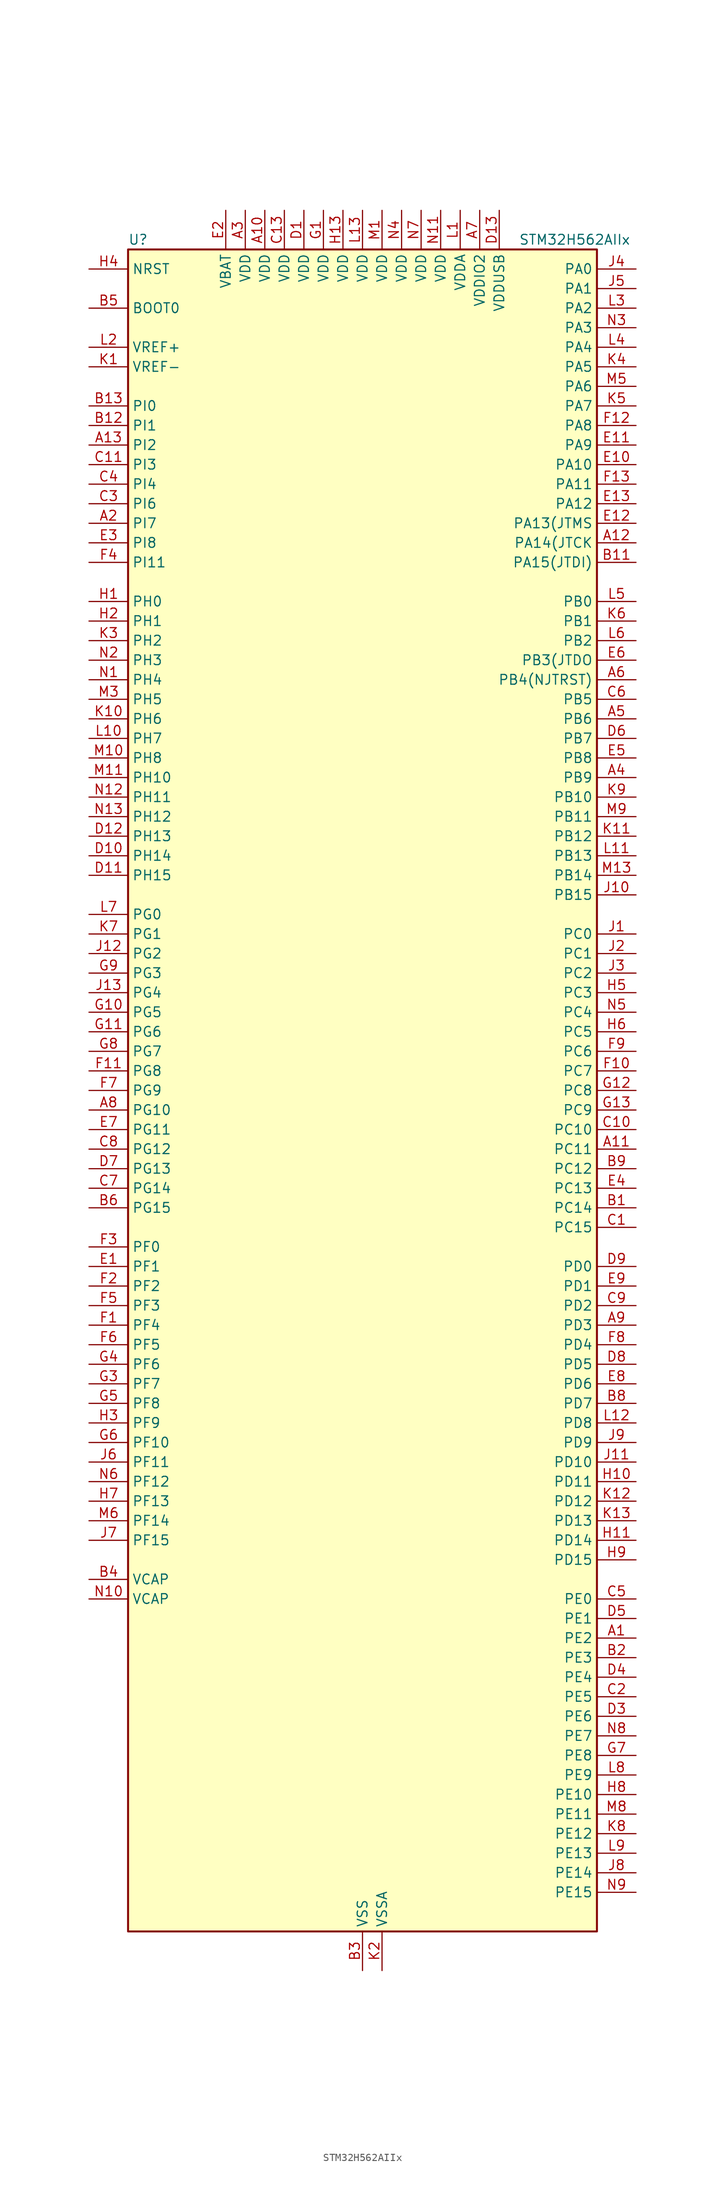
<source format=kicad_sym>
(kicad_symbol_lib
  (version 20231120)
  (generator "kicad_symbol_editor")
  (generator_version "8.0")
  (symbol "STM32H562AIIx"
    (property "Reference" "U"
      (at -30.48 110.49 0)
      (effects (font (size 1.27 1.27)) (justify left)))
    (property "Value" "STM32H562AIIx"
      (at 20.32 110.49 0)
      (effects (font (size 1.27 1.27)) (justify left)))
    (property "ki_locked" ""
      (at 0 0 0)
      (effects (font (size 1.27 1.27))))
    (symbol "STM32H562AIIx_0_1"
      (rectangle (start -30.48 -109.22) (end 30.48 109.22) (stroke (width 0.254) (type default)) (fill (type background))))
    (symbol "STM32H562AIIx_1_1"
      (pin bidirectional line (at 35.56 -71.12 180) (length 5.08) (name "PE2" (effects (font (size 1.27 1.27)))) (number "A1" (effects (font (size 1.27 1.27)))) (alternate "DCMI_D3" bidirectional line) (alternate "DEBUG_TRACECLK" bidirectional line) (alternate "FMC_A23" bidirectional line) (alternate "LPTIM1_IN2" bidirectional line) (alternate "OCTOSPI1_IO2" bidirectional line) (alternate "PSSI_D3" bidirectional line) (alternate "SAI1_CK1" bidirectional line) (alternate "SAI1_MCLK_A" bidirectional line) (alternate "SPI4_SCK" bidirectional line) (alternate "UART8_TX" bidirectional line) (alternate "USART10_RX" bidirectional line))
      (pin power_in line (at -12.7 114.3 270) (length 5.08) (name "VDD" (effects (font (size 1.27 1.27)))) (number "A10" (effects (font (size 1.27 1.27)))))
      (pin bidirectional line (at 35.56 -7.62 180) (length 5.08) (name "PC11" (effects (font (size 1.27 1.27)))) (number "A11" (effects (font (size 1.27 1.27)))) (alternate "ADC1_EXTI11" bidirectional line) (alternate "ADC2_EXTI11" bidirectional line) (alternate "DCMI_D4" bidirectional line) (alternate "I2S3_SDI" bidirectional line) (alternate "LPTIM3_IN1" bidirectional line) (alternate "OCTOSPI1_NCS" bidirectional line) (alternate "PSSI_D4" bidirectional line) (alternate "SDMMC1_D3" bidirectional line) (alternate "SPI3_MISO" bidirectional line) (alternate "UART4_RX" bidirectional line) (alternate "USART3_RX" bidirectional line))
      (pin bidirectional line (at 35.56 71.12 180) (length 5.08) (name "PA14(JTCK" (effects (font (size 1.27 1.27)))) (number "A12" (effects (font (size 1.27 1.27)))) (alternate "DEBUG_JTCK-SWCLK" bidirectional line))
      (pin bidirectional line (at -35.56 83.82 0) (length 5.08) (name "PI2" (effects (font (size 1.27 1.27)))) (number "A13" (effects (font (size 1.27 1.27)))) (alternate "DCMI_D9" bidirectional line) (alternate "I2S2_SDI" bidirectional line) (alternate "PSSI_D9" bidirectional line) (alternate "SPI2_MISO" bidirectional line) (alternate "TIM8_CH4" bidirectional line))
      (pin bidirectional line (at -35.56 73.66 0) (length 5.08) (name "PI7" (effects (font (size 1.27 1.27)))) (number "A2" (effects (font (size 1.27 1.27)))) (alternate "DCMI_D7" bidirectional line) (alternate "PSSI_D7" bidirectional line) (alternate "SAI2_FS_A" bidirectional line) (alternate "TIM8_CH3" bidirectional line))
      (pin power_in line (at -15.24 114.3 270) (length 5.08) (name "VDD" (effects (font (size 1.27 1.27)))) (number "A3" (effects (font (size 1.27 1.27)))))
      (pin bidirectional line (at 35.56 40.64 180) (length 5.08) (name "PB9" (effects (font (size 1.27 1.27)))) (number "A4" (effects (font (size 1.27 1.27)))) (alternate "DAC1_EXTI9" bidirectional line) (alternate "DCMI_D7" bidirectional line) (alternate "FDCAN1_TX" bidirectional line) (alternate "I2C1_SDA" bidirectional line) (alternate "I2C4_SDA" bidirectional line) (alternate "I2S2_WS" bidirectional line) (alternate "I3C1_SDA" bidirectional line) (alternate "PSSI_D7" bidirectional line) (alternate "SDMMC1_CDIR" bidirectional line) (alternate "SDMMC1_D5" bidirectional line) (alternate "SPI2_NSS" bidirectional line) (alternate "TIM17_CH1" bidirectional line) (alternate "TIM4_CH4" bidirectional line) (alternate "UART4_TX" bidirectional line))
      (pin bidirectional line (at 35.56 48.26 180) (length 5.08) (name "PB6" (effects (font (size 1.27 1.27)))) (number "A5" (effects (font (size 1.27 1.27)))) (alternate "CEC" bidirectional line) (alternate "DCMI_D5" bidirectional line) (alternate "FMC_SDNE1" bidirectional line) (alternate "I2C1_SCL" bidirectional line) (alternate "I2C4_SCL" bidirectional line) (alternate "I3C1_SCL" bidirectional line) (alternate "LPUART1_TX" bidirectional line) (alternate "OCTOSPI1_NCS" bidirectional line) (alternate "PSSI_D5" bidirectional line) (alternate "TIM16_CH1N" bidirectional line) (alternate "TIM4_CH1" bidirectional line) (alternate "UART5_TX" bidirectional line) (alternate "USART1_TX" bidirectional line))
      (pin bidirectional line (at 35.56 53.34 180) (length 5.08) (name "PB4(NJTRST)" (effects (font (size 1.27 1.27)))) (number "A6" (effects (font (size 1.27 1.27)))) (alternate "DCMI_D7" bidirectional line) (alternate "DEBUG_JTRST" bidirectional line) (alternate "I2S1_SDI" bidirectional line) (alternate "I2S2_WS" bidirectional line) (alternate "I2S3_SDI" bidirectional line) (alternate "LPTIM1_CH2" bidirectional line) (alternate "OCTOSPI1_CLK" bidirectional line) (alternate "PSSI_D7" bidirectional line) (alternate "SPI1_MISO" bidirectional line) (alternate "SPI2_NSS" bidirectional line) (alternate "SPI3_MISO" bidirectional line) (alternate "SPI6_MISO" bidirectional line) (alternate "TIM16_BKIN" bidirectional line) (alternate "TIM3_CH1" bidirectional line) (alternate "UART7_TX" bidirectional line))
      (pin power_in line (at 15.24 114.3 270) (length 5.08) (name "VDDIO2" (effects (font (size 1.27 1.27)))) (number "A7" (effects (font (size 1.27 1.27)))))
      (pin bidirectional line (at -35.56 -2.54 0) (length 5.08) (name "PG10" (effects (font (size 1.27 1.27)))) (number "A8" (effects (font (size 1.27 1.27)))) (alternate "DCMI_D2" bidirectional line) (alternate "FMC_NE3" bidirectional line) (alternate "I2S1_WS" bidirectional line) (alternate "PSSI_D2" bidirectional line) (alternate "SAI2_SD_B" bidirectional line) (alternate "SPI1_NSS" bidirectional line))
      (pin bidirectional line (at 35.56 -30.48 180) (length 5.08) (name "PD3" (effects (font (size 1.27 1.27)))) (number "A9" (effects (font (size 1.27 1.27)))) (alternate "DCMI_D5" bidirectional line) (alternate "FMC_CLK" bidirectional line) (alternate "I2S2_CK" bidirectional line) (alternate "PSSI_D5" bidirectional line) (alternate "PWR_WKUP8" bidirectional line) (alternate "SPI2_SCK" bidirectional line) (alternate "USART2_CTS" bidirectional line) (alternate "USART2_NSS" bidirectional line))
      (pin bidirectional line (at 35.56 -15.24 180) (length 5.08) (name "PC14" (effects (font (size 1.27 1.27)))) (number "B1" (effects (font (size 1.27 1.27)))) (alternate "RCC_OSC32_IN" bidirectional line))
      (pin passive line (at 0 -114.3 90) (length 5.08) hide (name "VSS" (effects (font (size 1.27 1.27)))) (number "B10" (effects (font (size 1.27 1.27)))))
      (pin bidirectional line (at 35.56 68.58 180) (length 5.08) (name "PA15(JTDI)" (effects (font (size 1.27 1.27)))) (number "B11" (effects (font (size 1.27 1.27)))) (alternate "ADC1_EXTI15" bidirectional line) (alternate "ADC2_EXTI15" bidirectional line) (alternate "CEC" bidirectional line) (alternate "DCMI_D11" bidirectional line) (alternate "DEBUG_JTDI" bidirectional line) (alternate "FMC_NBL1" bidirectional line) (alternate "I2S1_WS" bidirectional line) (alternate "I2S3_WS" bidirectional line) (alternate "LPTIM3_IN2" bidirectional line) (alternate "PSSI_D11" bidirectional line) (alternate "SPI1_NSS" bidirectional line) (alternate "SPI3_NSS" bidirectional line) (alternate "SPI6_NSS" bidirectional line) (alternate "TIM2_CH1" bidirectional line) (alternate "TIM2_ETR" bidirectional line) (alternate "UART4_DE" bidirectional line) (alternate "UART4_RTS" bidirectional line) (alternate "UART7_TX" bidirectional line))
      (pin bidirectional line (at -35.56 86.36 0) (length 5.08) (name "PI1" (effects (font (size 1.27 1.27)))) (number "B12" (effects (font (size 1.27 1.27)))) (alternate "DCMI_D8" bidirectional line) (alternate "I2S2_CK" bidirectional line) (alternate "PSSI_D8" bidirectional line) (alternate "SPI2_SCK" bidirectional line) (alternate "TIM8_BKIN2" bidirectional line))
      (pin bidirectional line (at -35.56 88.9 0) (length 5.08) (name "PI0" (effects (font (size 1.27 1.27)))) (number "B13" (effects (font (size 1.27 1.27)))) (alternate "DCMI_D13" bidirectional line) (alternate "I2S2_WS" bidirectional line) (alternate "PSSI_D13" bidirectional line) (alternate "SPI2_NSS" bidirectional line) (alternate "TIM5_CH4" bidirectional line))
      (pin bidirectional line (at 35.56 -73.66 180) (length 5.08) (name "PE3" (effects (font (size 1.27 1.27)))) (number "B2" (effects (font (size 1.27 1.27)))) (alternate "DEBUG_TRACED0" bidirectional line) (alternate "FMC_A19" bidirectional line) (alternate "SAI1_SD_B" bidirectional line) (alternate "TAMP_IN6" bidirectional line) (alternate "TAMP_OUT3" bidirectional line) (alternate "TIM15_BKIN" bidirectional line) (alternate "USART10_TX" bidirectional line))
      (pin power_in line (at 0 -114.3 90) (length 5.08) (name "VSS" (effects (font (size 1.27 1.27)))) (number "B3" (effects (font (size 1.27 1.27)))))
      (pin power_out line (at -35.56 -63.5 0) (length 5.08) (name "VCAP" (effects (font (size 1.27 1.27)))) (number "B4" (effects (font (size 1.27 1.27)))))
      (pin input line (at -35.56 101.6 0) (length 5.08) (name "BOOT0" (effects (font (size 1.27 1.27)))) (number "B5" (effects (font (size 1.27 1.27)))))
      (pin bidirectional line (at -35.56 -15.24 0) (length 5.08) (name "PG15" (effects (font (size 1.27 1.27)))) (number "B6" (effects (font (size 1.27 1.27)))) (alternate "ADC1_EXTI15" bidirectional line) (alternate "ADC2_EXTI15" bidirectional line) (alternate "DCMI_D13" bidirectional line) (alternate "FMC_SDNCAS" bidirectional line) (alternate "PSSI_D13" bidirectional line) (alternate "SPI4_RDY" bidirectional line) (alternate "USART10_CK" bidirectional line) (alternate "USART6_CTS" bidirectional line) (alternate "USART6_NSS" bidirectional line))
      (pin passive line (at 0 -114.3 90) (length 5.08) hide (name "VSS" (effects (font (size 1.27 1.27)))) (number "B7" (effects (font (size 1.27 1.27)))))
      (pin bidirectional line (at 35.56 -40.64 180) (length 5.08) (name "PD7" (effects (font (size 1.27 1.27)))) (number "B8" (effects (font (size 1.27 1.27)))) (alternate "FMC_NCE" bidirectional line) (alternate "FMC_NE1" bidirectional line) (alternate "I2S1_SDO" bidirectional line) (alternate "LPTIM4_OUT" bidirectional line) (alternate "OCTOSPI1_IO7" bidirectional line) (alternate "SPI1_MOSI" bidirectional line) (alternate "USART2_CK" bidirectional line))
      (pin bidirectional line (at 35.56 -10.16 180) (length 5.08) (name "PC12" (effects (font (size 1.27 1.27)))) (number "B9" (effects (font (size 1.27 1.27)))) (alternate "DCMI_D9" bidirectional line) (alternate "DEBUG_TRACED3" bidirectional line) (alternate "I2S3_SDO" bidirectional line) (alternate "PSSI_D9" bidirectional line) (alternate "SDMMC1_CK" bidirectional line) (alternate "SPI3_MOSI" bidirectional line) (alternate "SPI6_SCK" bidirectional line) (alternate "TIM15_CH1" bidirectional line) (alternate "UART5_TX" bidirectional line) (alternate "USART3_CK" bidirectional line))
      (pin bidirectional line (at 35.56 -17.78 180) (length 5.08) (name "PC15" (effects (font (size 1.27 1.27)))) (number "C1" (effects (font (size 1.27 1.27)))) (alternate "ADC1_EXTI15" bidirectional line) (alternate "ADC2_EXTI15" bidirectional line) (alternate "RCC_OSC32_OUT" bidirectional line))
      (pin bidirectional line (at 35.56 -5.08 180) (length 5.08) (name "PC10" (effects (font (size 1.27 1.27)))) (number "C10" (effects (font (size 1.27 1.27)))) (alternate "DCMI_D8" bidirectional line) (alternate "I2S3_CK" bidirectional line) (alternate "LPTIM3_ETR" bidirectional line) (alternate "OCTOSPI1_IO1" bidirectional line) (alternate "PSSI_D8" bidirectional line) (alternate "SDMMC1_D2" bidirectional line) (alternate "SPI3_SCK" bidirectional line) (alternate "UART4_TX" bidirectional line) (alternate "USART3_TX" bidirectional line))
      (pin bidirectional line (at -35.56 81.28 0) (length 5.08) (name "PI3" (effects (font (size 1.27 1.27)))) (number "C11" (effects (font (size 1.27 1.27)))) (alternate "DCMI_D10" bidirectional line) (alternate "I2S2_SDO" bidirectional line) (alternate "PSSI_D10" bidirectional line) (alternate "SPI2_MOSI" bidirectional line) (alternate "TIM8_ETR" bidirectional line))
      (pin passive line (at 0 -114.3 90) (length 5.08) hide (name "VSS" (effects (font (size 1.27 1.27)))) (number "C12" (effects (font (size 1.27 1.27)))))
      (pin power_in line (at -10.16 114.3 270) (length 5.08) (name "VDD" (effects (font (size 1.27 1.27)))) (number "C13" (effects (font (size 1.27 1.27)))))
      (pin bidirectional line (at 35.56 -78.74 180) (length 5.08) (name "PE5" (effects (font (size 1.27 1.27)))) (number "C2" (effects (font (size 1.27 1.27)))) (alternate "DCMI_D6" bidirectional line) (alternate "DEBUG_TRACED2" bidirectional line) (alternate "FMC_A21" bidirectional line) (alternate "PSSI_D6" bidirectional line) (alternate "SAI1_CK2" bidirectional line) (alternate "SAI1_SCK_A" bidirectional line) (alternate "SPI4_MISO" bidirectional line) (alternate "TAMP_IN8" bidirectional line) (alternate "TAMP_OUT7" bidirectional line) (alternate "TIM15_CH1" bidirectional line))
      (pin bidirectional line (at -35.56 76.2 0) (length 5.08) (name "PI6" (effects (font (size 1.27 1.27)))) (number "C3" (effects (font (size 1.27 1.27)))) (alternate "DCMI_D6" bidirectional line) (alternate "PSSI_D6" bidirectional line) (alternate "SAI2_SD_A" bidirectional line) (alternate "TIM8_CH2" bidirectional line))
      (pin bidirectional line (at -35.56 78.74 0) (length 5.08) (name "PI4" (effects (font (size 1.27 1.27)))) (number "C4" (effects (font (size 1.27 1.27)))) (alternate "DCMI_D5" bidirectional line) (alternate "PSSI_D5" bidirectional line) (alternate "SAI2_MCLK_A" bidirectional line) (alternate "SPI2_RDY" bidirectional line) (alternate "TIM8_BKIN" bidirectional line))
      (pin bidirectional line (at 35.56 -66.04 180) (length 5.08) (name "PE0" (effects (font (size 1.27 1.27)))) (number "C5" (effects (font (size 1.27 1.27)))) (alternate "DCMI_D2" bidirectional line) (alternate "FDCAN1_RX" bidirectional line) (alternate "FMC_NBL0" bidirectional line) (alternate "LPTIM1_ETR" bidirectional line) (alternate "LPTIM2_CH2" bidirectional line) (alternate "LPTIM2_ETR" bidirectional line) (alternate "PSSI_D2" bidirectional line) (alternate "SAI2_MCLK_A" bidirectional line) (alternate "SPI3_RDY" bidirectional line) (alternate "TIM4_ETR" bidirectional line) (alternate "UART8_RX" bidirectional line))
      (pin bidirectional line (at 35.56 50.8 180) (length 5.08) (name "PB5" (effects (font (size 1.27 1.27)))) (number "C6" (effects (font (size 1.27 1.27)))) (alternate "DCMI_D10" bidirectional line) (alternate "FMC_SDCKE1" bidirectional line) (alternate "I2C1_SMBA" bidirectional line) (alternate "I2C4_SMBA" bidirectional line) (alternate "I2S1_SDO" bidirectional line) (alternate "I2S3_SDO" bidirectional line) (alternate "OCTOSPI1_NCLK" bidirectional line) (alternate "PSSI_D10" bidirectional line) (alternate "SPI1_MOSI" bidirectional line) (alternate "SPI3_MOSI" bidirectional line) (alternate "SPI6_MOSI" bidirectional line) (alternate "TIM17_BKIN" bidirectional line) (alternate "TIM3_CH2" bidirectional line) (alternate "UART5_RX" bidirectional line))
      (pin bidirectional line (at -35.56 -12.7 0) (length 5.08) (name "PG14" (effects (font (size 1.27 1.27)))) (number "C7" (effects (font (size 1.27 1.27)))) (alternate "DEBUG_TRACED1" bidirectional line) (alternate "FMC_A25" bidirectional line) (alternate "LPTIM1_CH2" bidirectional line) (alternate "LPTIM1_ETR" bidirectional line) (alternate "LPTIM5_IN1" bidirectional line) (alternate "OCTOSPI1_IO7" bidirectional line) (alternate "SPI6_MOSI" bidirectional line) (alternate "USART10_RTS" bidirectional line) (alternate "USART6_TX" bidirectional line))
      (pin bidirectional line (at -35.56 -7.62 0) (length 5.08) (name "PG12" (effects (font (size 1.27 1.27)))) (number "C8" (effects (font (size 1.27 1.27)))) (alternate "DCMI_D11" bidirectional line) (alternate "FMC_NE4" bidirectional line) (alternate "LPTIM1_IN1" bidirectional line) (alternate "LPTIM5_CH1" bidirectional line) (alternate "PSSI_D11" bidirectional line) (alternate "PSSI_D15" bidirectional line) (alternate "SPI6_MISO" bidirectional line) (alternate "USART10_TX" bidirectional line) (alternate "USART6_RTS" bidirectional line))
      (pin bidirectional line (at 35.56 -27.94 180) (length 5.08) (name "PD2" (effects (font (size 1.27 1.27)))) (number "C9" (effects (font (size 1.27 1.27)))) (alternate "DCMI_D11" bidirectional line) (alternate "DEBUG_TRACED2" bidirectional line) (alternate "LPTIM4_ETR" bidirectional line) (alternate "PSSI_D11" bidirectional line) (alternate "PWR_WKUP7" bidirectional line) (alternate "SDMMC1_CMD" bidirectional line) (alternate "TIM15_BKIN" bidirectional line) (alternate "TIM3_ETR" bidirectional line) (alternate "UART5_RX" bidirectional line))
      (pin power_in line (at -7.62 114.3 270) (length 5.08) (name "VDD" (effects (font (size 1.27 1.27)))) (number "D1" (effects (font (size 1.27 1.27)))))
      (pin bidirectional line (at -35.56 30.48 0) (length 5.08) (name "PH14" (effects (font (size 1.27 1.27)))) (number "D10" (effects (font (size 1.27 1.27)))) (alternate "DCMI_D4" bidirectional line) (alternate "FDCAN1_RX" bidirectional line) (alternate "PSSI_D4" bidirectional line) (alternate "TIM8_CH2N" bidirectional line) (alternate "UART4_RX" bidirectional line))
      (pin bidirectional line (at -35.56 27.94 0) (length 5.08) (name "PH15" (effects (font (size 1.27 1.27)))) (number "D11" (effects (font (size 1.27 1.27)))) (alternate "ADC1_EXTI15" bidirectional line) (alternate "ADC2_EXTI15" bidirectional line) (alternate "DCMI_D11" bidirectional line) (alternate "PSSI_D11" bidirectional line) (alternate "TIM8_CH3N" bidirectional line))
      (pin bidirectional line (at -35.56 33.02 0) (length 5.08) (name "PH13" (effects (font (size 1.27 1.27)))) (number "D12" (effects (font (size 1.27 1.27)))) (alternate "DCMI_D3" bidirectional line) (alternate "FDCAN1_TX" bidirectional line) (alternate "LPTIM1_IN2" bidirectional line) (alternate "PSSI_D3" bidirectional line) (alternate "TIM8_CH1N" bidirectional line) (alternate "UART4_TX" bidirectional line) (alternate "UART8_TX" bidirectional line))
      (pin power_in line (at 17.78 114.3 270) (length 5.08) (name "VDDUSB" (effects (font (size 1.27 1.27)))) (number "D13" (effects (font (size 1.27 1.27)))))
      (pin passive line (at 0 -114.3 90) (length 5.08) hide (name "VSS" (effects (font (size 1.27 1.27)))) (number "D2" (effects (font (size 1.27 1.27)))))
      (pin bidirectional line (at 35.56 -81.28 180) (length 5.08) (name "PE6" (effects (font (size 1.27 1.27)))) (number "D3" (effects (font (size 1.27 1.27)))) (alternate "DCMI_D7" bidirectional line) (alternate "DEBUG_TRACED3" bidirectional line) (alternate "FMC_A22" bidirectional line) (alternate "PSSI_D7" bidirectional line) (alternate "SAI1_D1" bidirectional line) (alternate "SAI1_SD_A" bidirectional line) (alternate "SAI2_MCLK_B" bidirectional line) (alternate "SPI4_MOSI" bidirectional line) (alternate "TAMP_IN3" bidirectional line) (alternate "TAMP_OUT6" bidirectional line) (alternate "TIM15_CH2" bidirectional line) (alternate "TIM1_BKIN2" bidirectional line))
      (pin bidirectional line (at 35.56 -76.2 180) (length 5.08) (name "PE4" (effects (font (size 1.27 1.27)))) (number "D4" (effects (font (size 1.27 1.27)))) (alternate "DCMI_D4" bidirectional line) (alternate "DEBUG_TRACED1" bidirectional line) (alternate "FMC_A20" bidirectional line) (alternate "PSSI_D4" bidirectional line) (alternate "SAI1_D2" bidirectional line) (alternate "SAI1_FS_A" bidirectional line) (alternate "SPI4_NSS" bidirectional line) (alternate "TAMP_IN7" bidirectional line) (alternate "TAMP_OUT8" bidirectional line) (alternate "TIM15_CH1N" bidirectional line))
      (pin bidirectional line (at 35.56 -68.58 180) (length 5.08) (name "PE1" (effects (font (size 1.27 1.27)))) (number "D5" (effects (font (size 1.27 1.27)))) (alternate "DCMI_D3" bidirectional line) (alternate "FDCAN1_TX" bidirectional line) (alternate "FMC_NBL1" bidirectional line) (alternate "LPTIM1_IN2" bidirectional line) (alternate "PSSI_D3" bidirectional line) (alternate "UART8_TX" bidirectional line))
      (pin bidirectional line (at 35.56 45.72 180) (length 5.08) (name "PB7" (effects (font (size 1.27 1.27)))) (number "D6" (effects (font (size 1.27 1.27)))) (alternate "DCMI_VSYNC" bidirectional line) (alternate "FDCAN1_TX" bidirectional line) (alternate "FMC_NL" bidirectional line) (alternate "I2C1_SDA" bidirectional line) (alternate "I2C4_SDA" bidirectional line) (alternate "I3C1_SDA" bidirectional line) (alternate "LPUART1_RX" bidirectional line) (alternate "PSSI_RDY" bidirectional line) (alternate "PWR_WKUP5" bidirectional line) (alternate "TIM17_CH1N" bidirectional line) (alternate "TIM4_CH2" bidirectional line) (alternate "USART1_RX" bidirectional line))
      (pin bidirectional line (at -35.56 -10.16 0) (length 5.08) (name "PG13" (effects (font (size 1.27 1.27)))) (number "D7" (effects (font (size 1.27 1.27)))) (alternate "DEBUG_TRACED0" bidirectional line) (alternate "FMC_A24" bidirectional line) (alternate "LPTIM1_CH1" bidirectional line) (alternate "LPTIM5_CH2" bidirectional line) (alternate "SPI6_SCK" bidirectional line) (alternate "USART10_CTS" bidirectional line) (alternate "USART10_NSS" bidirectional line) (alternate "USART6_CTS" bidirectional line) (alternate "USART6_NSS" bidirectional line))
      (pin bidirectional line (at 35.56 -35.56 180) (length 5.08) (name "PD5" (effects (font (size 1.27 1.27)))) (number "D8" (effects (font (size 1.27 1.27)))) (alternate "FDCAN1_TX" bidirectional line) (alternate "FMC_NWE" bidirectional line) (alternate "OCTOSPI1_IO5" bidirectional line) (alternate "SPI2_RDY" bidirectional line) (alternate "TIM1_CH4N" bidirectional line) (alternate "USART2_TX" bidirectional line))
      (pin bidirectional line (at 35.56 -22.86 180) (length 5.08) (name "PD0" (effects (font (size 1.27 1.27)))) (number "D9" (effects (font (size 1.27 1.27)))) (alternate "FDCAN1_RX" bidirectional line) (alternate "FMC_D2" bidirectional line) (alternate "FMC_DA2" bidirectional line) (alternate "TIM8_CH4N" bidirectional line) (alternate "UART4_RX" bidirectional line) (alternate "UART9_CTS" bidirectional line))
      (pin bidirectional line (at -35.56 -22.86 0) (length 5.08) (name "PF1" (effects (font (size 1.27 1.27)))) (number "E1" (effects (font (size 1.27 1.27)))) (alternate "FMC_A1" bidirectional line) (alternate "I2C2_SCL" bidirectional line) (alternate "LPTIM5_CH2" bidirectional line))
      (pin bidirectional line (at 35.56 81.28 180) (length 5.08) (name "PA10" (effects (font (size 1.27 1.27)))) (number "E10" (effects (font (size 1.27 1.27)))) (alternate "DCMI_D1" bidirectional line) (alternate "LPTIM2_IN2" bidirectional line) (alternate "LPUART1_RX" bidirectional line) (alternate "PSSI_D1" bidirectional line) (alternate "SDMMC1_D0" bidirectional line) (alternate "TIM1_CH3" bidirectional line) (alternate "UCPD1_FRSTX" bidirectional line) (alternate "USART1_RX" bidirectional line))
      (pin bidirectional line (at 35.56 83.82 180) (length 5.08) (name "PA9" (effects (font (size 1.27 1.27)))) (number "E11" (effects (font (size 1.27 1.27)))) (alternate "DAC1_EXTI9" bidirectional line) (alternate "DCMI_D0" bidirectional line) (alternate "FMC_NWE" bidirectional line) (alternate "I2C3_SMBA" bidirectional line) (alternate "I2S2_CK" bidirectional line) (alternate "LPUART1_TX" bidirectional line) (alternate "PSSI_D0" bidirectional line) (alternate "SPI2_SCK" bidirectional line) (alternate "TIM1_CH2" bidirectional line) (alternate "UCPD1_DB1" bidirectional line) (alternate "USART1_TX" bidirectional line))
      (pin bidirectional line (at 35.56 73.66 180) (length 5.08) (name "PA13(JTMS" (effects (font (size 1.27 1.27)))) (number "E12" (effects (font (size 1.27 1.27)))) (alternate "DEBUG_JTMS-SWDIO" bidirectional line))
      (pin bidirectional line (at 35.56 76.2 180) (length 5.08) (name "PA12" (effects (font (size 1.27 1.27)))) (number "E13" (effects (font (size 1.27 1.27)))) (alternate "FDCAN1_TX" bidirectional line) (alternate "I2S2_CK" bidirectional line) (alternate "LPUART1_RTS" bidirectional line) (alternate "SAI2_FS_B" bidirectional line) (alternate "SPI2_SCK" bidirectional line) (alternate "TIM1_ETR" bidirectional line) (alternate "UART4_TX" bidirectional line) (alternate "USART1_RTS" bidirectional line) (alternate "USB_DP" bidirectional line))
      (pin power_in line (at -17.78 114.3 270) (length 5.08) (name "VBAT" (effects (font (size 1.27 1.27)))) (number "E2" (effects (font (size 1.27 1.27)))))
      (pin bidirectional line (at -35.56 71.12 0) (length 5.08) (name "PI8" (effects (font (size 1.27 1.27)))) (number "E3" (effects (font (size 1.27 1.27)))) (alternate "PWR_WKUP3" bidirectional line) (alternate "RTC_OUT2" bidirectional line) (alternate "TAMP_IN2" bidirectional line) (alternate "TAMP_OUT3" bidirectional line))
      (pin bidirectional line (at 35.56 -12.7 180) (length 5.08) (name "PC13" (effects (font (size 1.27 1.27)))) (number "E4" (effects (font (size 1.27 1.27)))) (alternate "PWR_WKUP4" bidirectional line) (alternate "RTC_OUT1" bidirectional line) (alternate "RTC_TS" bidirectional line) (alternate "TAMP_IN1" bidirectional line) (alternate "TAMP_OUT2" bidirectional line) (alternate "TAMP_OUT3" bidirectional line))
      (pin bidirectional line (at 35.56 43.18 180) (length 5.08) (name "PB8" (effects (font (size 1.27 1.27)))) (number "E5" (effects (font (size 1.27 1.27)))) (alternate "DCMI_D6" bidirectional line) (alternate "FDCAN1_RX" bidirectional line) (alternate "I2C1_SCL" bidirectional line) (alternate "I2C4_SCL" bidirectional line) (alternate "I3C1_SCL" bidirectional line) (alternate "PSSI_D6" bidirectional line) (alternate "SDMMC1_CKIN" bidirectional line) (alternate "SDMMC1_D4" bidirectional line) (alternate "SPI4_RDY" bidirectional line) (alternate "TIM16_CH1" bidirectional line) (alternate "TIM4_CH3" bidirectional line) (alternate "UART4_RX" bidirectional line))
      (pin bidirectional line (at 35.56 55.88 180) (length 5.08) (name "PB3(JTDO" (effects (font (size 1.27 1.27)))) (number "E6" (effects (font (size 1.27 1.27)))) (alternate "CRS_SYNC" bidirectional line) (alternate "DEBUG_JTDO-SWO" bidirectional line) (alternate "I2C2_SDA" bidirectional line) (alternate "I2S1_CK" bidirectional line) (alternate "I2S3_CK" bidirectional line) (alternate "LPTIM6_ETR" bidirectional line) (alternate "SPI1_SCK" bidirectional line) (alternate "SPI3_SCK" bidirectional line) (alternate "SPI6_SCK" bidirectional line) (alternate "TIM2_CH2" bidirectional line) (alternate "UART12_CTS" bidirectional line) (alternate "UART7_RX" bidirectional line))
      (pin bidirectional line (at -35.56 -5.08 0) (length 5.08) (name "PG11" (effects (font (size 1.27 1.27)))) (number "E7" (effects (font (size 1.27 1.27)))) (alternate "ADC1_EXTI11" bidirectional line) (alternate "ADC2_EXTI11" bidirectional line) (alternate "DCMI_D3" bidirectional line) (alternate "I2S1_CK" bidirectional line) (alternate "LPTIM1_IN2" bidirectional line) (alternate "PSSI_D3" bidirectional line) (alternate "SPI1_SCK" bidirectional line) (alternate "USART10_RX" bidirectional line) (alternate "USART11_RTS" bidirectional line))
      (pin bidirectional line (at 35.56 -38.1 180) (length 5.08) (name "PD6" (effects (font (size 1.27 1.27)))) (number "E8" (effects (font (size 1.27 1.27)))) (alternate "DCMI_D10" bidirectional line) (alternate "FMC_NWAIT" bidirectional line) (alternate "I2S3_SDO" bidirectional line) (alternate "OCTOSPI1_IO6" bidirectional line) (alternate "PSSI_D10" bidirectional line) (alternate "SAI1_D1" bidirectional line) (alternate "SAI1_SD_A" bidirectional line) (alternate "SPI3_MOSI" bidirectional line) (alternate "USART2_RX" bidirectional line))
      (pin bidirectional line (at 35.56 -25.4 180) (length 5.08) (name "PD1" (effects (font (size 1.27 1.27)))) (number "E9" (effects (font (size 1.27 1.27)))) (alternate "FDCAN1_TX" bidirectional line) (alternate "FMC_D3" bidirectional line) (alternate "FMC_DA3" bidirectional line) (alternate "UART4_TX" bidirectional line))
      (pin bidirectional line (at -35.56 -30.48 0) (length 5.08) (name "PF4" (effects (font (size 1.27 1.27)))) (number "F1" (effects (font (size 1.27 1.27)))) (alternate "FMC_A4" bidirectional line) (alternate "LPTIM3_ETR" bidirectional line) (alternate "USART11_RX" bidirectional line))
      (pin bidirectional line (at 35.56 2.54 180) (length 5.08) (name "PC7" (effects (font (size 1.27 1.27)))) (number "F10" (effects (font (size 1.27 1.27)))) (alternate "DCMI_D1" bidirectional line) (alternate "DEBUG_TRGIO" bidirectional line) (alternate "FMC_NE1" bidirectional line) (alternate "I2S3_MCK" bidirectional line) (alternate "OCTOSPI1_IO6" bidirectional line) (alternate "PSSI_D1" bidirectional line) (alternate "SDMMC1_D123DIR" bidirectional line) (alternate "SDMMC1_D7" bidirectional line) (alternate "TIM3_CH2" bidirectional line) (alternate "TIM8_CH2" bidirectional line) (alternate "USART6_RX" bidirectional line))
      (pin bidirectional line (at -35.56 2.54 0) (length 5.08) (name "PG8" (effects (font (size 1.27 1.27)))) (number "F11" (effects (font (size 1.27 1.27)))) (alternate "FMC_SDCLK" bidirectional line) (alternate "SPI6_NSS" bidirectional line) (alternate "TIM8_ETR" bidirectional line) (alternate "USART6_RTS" bidirectional line))
      (pin bidirectional line (at 35.56 86.36 180) (length 5.08) (name "PA8" (effects (font (size 1.27 1.27)))) (number "F12" (effects (font (size 1.27 1.27)))) (alternate "DCMI_D3" bidirectional line) (alternate "FMC_NOE" bidirectional line) (alternate "I2C3_SCL" bidirectional line) (alternate "PSSI_D3" bidirectional line) (alternate "RCC_MCO_1" bidirectional line) (alternate "SPI1_RDY" bidirectional line) (alternate "TIM1_CH1" bidirectional line) (alternate "TIM8_BKIN2" bidirectional line) (alternate "UART7_RX" bidirectional line) (alternate "USART1_CK" bidirectional line) (alternate "USB_SOF" bidirectional line))
      (pin bidirectional line (at 35.56 78.74 180) (length 5.08) (name "PA11" (effects (font (size 1.27 1.27)))) (number "F13" (effects (font (size 1.27 1.27)))) (alternate "ADC1_EXTI11" bidirectional line) (alternate "ADC2_EXTI11" bidirectional line) (alternate "FDCAN1_RX" bidirectional line) (alternate "I2S2_WS" bidirectional line) (alternate "LPUART1_CTS" bidirectional line) (alternate "SPI2_NSS" bidirectional line) (alternate "TIM1_CH4" bidirectional line) (alternate "UART4_RX" bidirectional line) (alternate "USART1_CTS" bidirectional line) (alternate "USART1_NSS" bidirectional line) (alternate "USB_DM" bidirectional line))
      (pin bidirectional line (at -35.56 -25.4 0) (length 5.08) (name "PF2" (effects (font (size 1.27 1.27)))) (number "F2" (effects (font (size 1.27 1.27)))) (alternate "FMC_A2" bidirectional line) (alternate "I2C2_SMBA" bidirectional line) (alternate "LPTIM3_CH2" bidirectional line) (alternate "LPTIM3_IN2" bidirectional line) (alternate "LPTIM5_IN1" bidirectional line) (alternate "UART12_TX" bidirectional line) (alternate "USART11_CK" bidirectional line))
      (pin bidirectional line (at -35.56 -20.32 0) (length 5.08) (name "PF0" (effects (font (size 1.27 1.27)))) (number "F3" (effects (font (size 1.27 1.27)))) (alternate "FMC_A0" bidirectional line) (alternate "I2C2_SDA" bidirectional line) (alternate "LPTIM5_CH1" bidirectional line))
      (pin bidirectional line (at -35.56 68.58 0) (length 5.08) (name "PI11" (effects (font (size 1.27 1.27)))) (number "F4" (effects (font (size 1.27 1.27)))) (alternate "ADC1_EXTI11" bidirectional line) (alternate "ADC2_EXTI11" bidirectional line) (alternate "PSSI_D15" bidirectional line) (alternate "TAMP_IN4" bidirectional line) (alternate "TAMP_OUT5" bidirectional line))
      (pin bidirectional line (at -35.56 -27.94 0) (length 5.08) (name "PF3" (effects (font (size 1.27 1.27)))) (number "F5" (effects (font (size 1.27 1.27)))) (alternate "FMC_A3" bidirectional line) (alternate "LPTIM3_IN1" bidirectional line) (alternate "LPTIM5_IN2" bidirectional line) (alternate "USART11_TX" bidirectional line))
      (pin bidirectional line (at -35.56 -33.02 0) (length 5.08) (name "PF5" (effects (font (size 1.27 1.27)))) (number "F6" (effects (font (size 1.27 1.27)))) (alternate "FMC_A5" bidirectional line) (alternate "I2C4_SCL" bidirectional line) (alternate "I3C1_SCL" bidirectional line) (alternate "LPTIM3_CH1" bidirectional line) (alternate "LPTIM3_IN1" bidirectional line) (alternate "UART12_RX" bidirectional line) (alternate "USART11_CTS" bidirectional line) (alternate "USART11_NSS" bidirectional line))
      (pin bidirectional line (at -35.56 0 0) (length 5.08) (name "PG9" (effects (font (size 1.27 1.27)))) (number "F7" (effects (font (size 1.27 1.27)))) (alternate "DAC1_EXTI9" bidirectional line) (alternate "DCMI_VSYNC" bidirectional line) (alternate "FMC_NCE" bidirectional line) (alternate "FMC_NE2" bidirectional line) (alternate "I2S1_SDI" bidirectional line) (alternate "OCTOSPI1_IO6" bidirectional line) (alternate "PSSI_RDY" bidirectional line) (alternate "SAI2_FS_B" bidirectional line) (alternate "SPI1_MISO" bidirectional line) (alternate "USART6_RX" bidirectional line))
      (pin bidirectional line (at 35.56 -33.02 180) (length 5.08) (name "PD4" (effects (font (size 1.27 1.27)))) (number "F8" (effects (font (size 1.27 1.27)))) (alternate "FMC_NOE" bidirectional line) (alternate "OCTOSPI1_IO4" bidirectional line) (alternate "USART2_RTS" bidirectional line))
      (pin bidirectional line (at 35.56 5.08 180) (length 5.08) (name "PC6" (effects (font (size 1.27 1.27)))) (number "F9" (effects (font (size 1.27 1.27)))) (alternate "DCMI_D0" bidirectional line) (alternate "FMC_NWAIT" bidirectional line) (alternate "I2S2_MCK" bidirectional line) (alternate "OCTOSPI1_IO5" bidirectional line) (alternate "PSSI_D0" bidirectional line) (alternate "SAI1_SCK_A" bidirectional line) (alternate "SDMMC1_D0DIR" bidirectional line) (alternate "SDMMC1_D6" bidirectional line) (alternate "TIM3_CH1" bidirectional line) (alternate "TIM8_CH1" bidirectional line) (alternate "USART6_TX" bidirectional line))
      (pin power_in line (at -5.08 114.3 270) (length 5.08) (name "VDD" (effects (font (size 1.27 1.27)))) (number "G1" (effects (font (size 1.27 1.27)))))
      (pin bidirectional line (at -35.56 10.16 0) (length 5.08) (name "PG5" (effects (font (size 1.27 1.27)))) (number "G10" (effects (font (size 1.27 1.27)))) (alternate "FMC_A15" bidirectional line) (alternate "FMC_BA1" bidirectional line) (alternate "TIM1_ETR" bidirectional line))
      (pin bidirectional line (at -35.56 7.62 0) (length 5.08) (name "PG6" (effects (font (size 1.27 1.27)))) (number "G11" (effects (font (size 1.27 1.27)))) (alternate "DCMI_D12" bidirectional line) (alternate "FMC_NE3" bidirectional line) (alternate "I2C4_SDA" bidirectional line) (alternate "I3C1_SDA" bidirectional line) (alternate "OCTOSPI1_NCS" bidirectional line) (alternate "PSSI_D12" bidirectional line) (alternate "SPI1_RDY" bidirectional line) (alternate "TIM17_BKIN" bidirectional line) (alternate "UCPD1_FRSTX" bidirectional line))
      (pin bidirectional line (at 35.56 0 180) (length 5.08) (name "PC8" (effects (font (size 1.27 1.27)))) (number "G12" (effects (font (size 1.27 1.27)))) (alternate "DCMI_D2" bidirectional line) (alternate "DEBUG_TRACED1" bidirectional line) (alternate "FMC_ALE" bidirectional line) (alternate "FMC_INT" bidirectional line) (alternate "FMC_NCE" bidirectional line) (alternate "FMC_NE2" bidirectional line) (alternate "PSSI_D2" bidirectional line) (alternate "SDMMC1_D0" bidirectional line) (alternate "TIM3_CH3" bidirectional line) (alternate "TIM8_CH3" bidirectional line) (alternate "UART5_DE" bidirectional line) (alternate "UART5_RTS" bidirectional line) (alternate "USART6_CK" bidirectional line))
      (pin bidirectional line (at 35.56 -2.54 180) (length 5.08) (name "PC9" (effects (font (size 1.27 1.27)))) (number "G13" (effects (font (size 1.27 1.27)))) (alternate "AUDIOCLK" bidirectional line) (alternate "DAC1_EXTI9" bidirectional line) (alternate "DCMI_D3" bidirectional line) (alternate "FMC_CLE" bidirectional line) (alternate "I2C3_SDA" bidirectional line) (alternate "OCTOSPI1_IO0" bidirectional line) (alternate "PSSI_D3" bidirectional line) (alternate "RCC_MCO_2" bidirectional line) (alternate "SDMMC1_D1" bidirectional line) (alternate "TIM3_CH4" bidirectional line) (alternate "TIM8_CH4" bidirectional line) (alternate "UART5_CTS" bidirectional line) (alternate "UCPD1_DB2" bidirectional line))
      (pin passive line (at 0 -114.3 90) (length 5.08) hide (name "VSS" (effects (font (size 1.27 1.27)))) (number "G2" (effects (font (size 1.27 1.27)))))
      (pin bidirectional line (at -35.56 -38.1 0) (length 5.08) (name "PF7" (effects (font (size 1.27 1.27)))) (number "G3" (effects (font (size 1.27 1.27)))) (alternate "LPTIM5_CH2" bidirectional line) (alternate "OCTOSPI1_IO2" bidirectional line) (alternate "SAI1_MCLK_B" bidirectional line) (alternate "SPI5_SCK" bidirectional line) (alternate "TIM17_CH1" bidirectional line) (alternate "UART7_TX" bidirectional line))
      (pin bidirectional line (at -35.56 -35.56 0) (length 5.08) (name "PF6" (effects (font (size 1.27 1.27)))) (number "G4" (effects (font (size 1.27 1.27)))) (alternate "LPTIM5_CH1" bidirectional line) (alternate "OCTOSPI1_IO3" bidirectional line) (alternate "SAI1_SD_B" bidirectional line) (alternate "SPI5_NSS" bidirectional line) (alternate "TIM16_CH1" bidirectional line) (alternate "UART7_RX" bidirectional line))
      (pin bidirectional line (at -35.56 -40.64 0) (length 5.08) (name "PF8" (effects (font (size 1.27 1.27)))) (number "G5" (effects (font (size 1.27 1.27)))) (alternate "LPTIM5_IN1" bidirectional line) (alternate "OCTOSPI1_IO0" bidirectional line) (alternate "SAI1_SCK_B" bidirectional line) (alternate "SPI5_MISO" bidirectional line) (alternate "TIM13_CH1" bidirectional line) (alternate "TIM16_CH1N" bidirectional line) (alternate "UART7_RTS" bidirectional line))
      (pin bidirectional line (at -35.56 -45.72 0) (length 5.08) (name "PF10" (effects (font (size 1.27 1.27)))) (number "G6" (effects (font (size 1.27 1.27)))) (alternate "DCMI_D11" bidirectional line) (alternate "OCTOSPI1_CLK" bidirectional line) (alternate "PSSI_D11" bidirectional line) (alternate "PSSI_D15" bidirectional line) (alternate "SAI1_D3" bidirectional line) (alternate "TIM16_BKIN" bidirectional line))
      (pin bidirectional line (at 35.56 -86.36 180) (length 5.08) (name "PE8" (effects (font (size 1.27 1.27)))) (number "G7" (effects (font (size 1.27 1.27)))) (alternate "FMC_D5" bidirectional line) (alternate "FMC_DA5" bidirectional line) (alternate "OCTOSPI1_IO5" bidirectional line) (alternate "TIM1_CH1N" bidirectional line) (alternate "UART12_CTS" bidirectional line) (alternate "UART7_TX" bidirectional line))
      (pin bidirectional line (at -35.56 5.08 0) (length 5.08) (name "PG7" (effects (font (size 1.27 1.27)))) (number "G8" (effects (font (size 1.27 1.27)))) (alternate "DCMI_D13" bidirectional line) (alternate "FMC_INT" bidirectional line) (alternate "I2C4_SCL" bidirectional line) (alternate "I3C1_SCL" bidirectional line) (alternate "PSSI_D13" bidirectional line) (alternate "SAI1_CK2" bidirectional line) (alternate "SAI1_MCLK_A" bidirectional line) (alternate "UCPD1_FRSTX" bidirectional line) (alternate "USART6_CK" bidirectional line))
      (pin bidirectional line (at -35.56 15.24 0) (length 5.08) (name "PG3" (effects (font (size 1.27 1.27)))) (number "G9" (effects (font (size 1.27 1.27)))) (alternate "FMC_A13" bidirectional line) (alternate "LPTIM5_ETR" bidirectional line) (alternate "TIM8_BKIN2" bidirectional line) (alternate "UART12_TX" bidirectional line))
      (pin bidirectional line (at -35.56 63.5 0) (length 5.08) (name "PH0" (effects (font (size 1.27 1.27)))) (number "H1" (effects (font (size 1.27 1.27)))) (alternate "RCC_OSC_IN" bidirectional line))
      (pin bidirectional line (at 35.56 -50.8 180) (length 5.08) (name "PD11" (effects (font (size 1.27 1.27)))) (number "H10" (effects (font (size 1.27 1.27)))) (alternate "ADC1_EXTI11" bidirectional line) (alternate "ADC2_EXTI11" bidirectional line) (alternate "FMC_A16" bidirectional line) (alternate "FMC_CLE" bidirectional line) (alternate "I2C4_SMBA" bidirectional line) (alternate "LPTIM2_IN2" bidirectional line) (alternate "OCTOSPI1_IO0" bidirectional line) (alternate "SAI1_CK1" bidirectional line) (alternate "SAI2_SD_A" bidirectional line) (alternate "UART4_RX" bidirectional line) (alternate "USART3_CTS" bidirectional line) (alternate "USART3_NSS" bidirectional line))
      (pin bidirectional line (at 35.56 -58.42 180) (length 5.08) (name "PD14" (effects (font (size 1.27 1.27)))) (number "H11" (effects (font (size 1.27 1.27)))) (alternate "FMC_D0" bidirectional line) (alternate "FMC_DA0" bidirectional line) (alternate "TIM4_CH3" bidirectional line) (alternate "UART8_CTS" bidirectional line) (alternate "UART9_RX" bidirectional line))
      (pin passive line (at 0 -114.3 90) (length 5.08) hide (name "VSS" (effects (font (size 1.27 1.27)))) (number "H12" (effects (font (size 1.27 1.27)))))
      (pin power_in line (at -2.54 114.3 270) (length 5.08) (name "VDD" (effects (font (size 1.27 1.27)))) (number "H13" (effects (font (size 1.27 1.27)))))
      (pin bidirectional line (at -35.56 60.96 0) (length 5.08) (name "PH1" (effects (font (size 1.27 1.27)))) (number "H2" (effects (font (size 1.27 1.27)))) (alternate "RCC_OSC_OUT" bidirectional line))
      (pin bidirectional line (at -35.56 -43.18 0) (length 5.08) (name "PF9" (effects (font (size 1.27 1.27)))) (number "H3" (effects (font (size 1.27 1.27)))) (alternate "DAC1_EXTI9" bidirectional line) (alternate "LPTIM5_IN2" bidirectional line) (alternate "OCTOSPI1_IO1" bidirectional line) (alternate "SAI1_FS_B" bidirectional line) (alternate "SPI5_MOSI" bidirectional line) (alternate "TIM14_CH1" bidirectional line) (alternate "TIM17_CH1N" bidirectional line) (alternate "UART7_CTS" bidirectional line))
      (pin input line (at -35.56 106.68 0) (length 5.08) (name "NRST" (effects (font (size 1.27 1.27)))) (number "H4" (effects (font (size 1.27 1.27)))))
      (pin bidirectional line (at 35.56 12.7 180) (length 5.08) (name "PC3" (effects (font (size 1.27 1.27)))) (number "H5" (effects (font (size 1.27 1.27)))) (alternate "ADC1_INN12" bidirectional line) (alternate "ADC1_INP13" bidirectional line) (alternate "ADC2_INN12" bidirectional line) (alternate "ADC2_INP13" bidirectional line) (alternate "FMC_SDCKE0" bidirectional line) (alternate "I2S2_SDO" bidirectional line) (alternate "LPTIM3_CH1" bidirectional line) (alternate "OCTOSPI1_IO0" bidirectional line) (alternate "OCTOSPI1_IO6" bidirectional line) (alternate "PWR_CSTOP" bidirectional line) (alternate "SAI1_D3" bidirectional line) (alternate "SPI2_MOSI" bidirectional line))
      (pin bidirectional line (at 35.56 7.62 180) (length 5.08) (name "PC5" (effects (font (size 1.27 1.27)))) (number "H6" (effects (font (size 1.27 1.27)))) (alternate "ADC1_INN4" bidirectional line) (alternate "ADC1_INP8" bidirectional line) (alternate "ADC2_INN4" bidirectional line) (alternate "ADC2_INP8" bidirectional line) (alternate "FMC_SDCKE0" bidirectional line) (alternate "OCTOSPI1_DQS" bidirectional line) (alternate "PSSI_D15" bidirectional line) (alternate "SAI1_D3" bidirectional line) (alternate "SAI1_FS_A" bidirectional line) (alternate "TIM1_CH4N" bidirectional line) (alternate "UART12_RTS" bidirectional line))
      (pin bidirectional line (at -35.56 -53.34 0) (length 5.08) (name "PF13" (effects (font (size 1.27 1.27)))) (number "H7" (effects (font (size 1.27 1.27)))) (alternate "ADC2_INP2" bidirectional line) (alternate "FMC_A7" bidirectional line) (alternate "I2C4_SMBA" bidirectional line) (alternate "LPTIM6_IN1" bidirectional line))
      (pin bidirectional line (at 35.56 -91.44 180) (length 5.08) (name "PE10" (effects (font (size 1.27 1.27)))) (number "H8" (effects (font (size 1.27 1.27)))) (alternate "FMC_D7" bidirectional line) (alternate "FMC_DA7" bidirectional line) (alternate "OCTOSPI1_IO7" bidirectional line) (alternate "TIM1_CH2N" bidirectional line) (alternate "UART12_TX" bidirectional line) (alternate "UART7_CTS" bidirectional line))
      (pin bidirectional line (at 35.56 -60.96 180) (length 5.08) (name "PD15" (effects (font (size 1.27 1.27)))) (number "H9" (effects (font (size 1.27 1.27)))) (alternate "ADC1_EXTI15" bidirectional line) (alternate "ADC2_EXTI15" bidirectional line) (alternate "FMC_D1" bidirectional line) (alternate "FMC_DA1" bidirectional line) (alternate "TIM4_CH4" bidirectional line) (alternate "UART8_RTS" bidirectional line) (alternate "UART9_TX" bidirectional line))
      (pin bidirectional line (at 35.56 20.32 180) (length 5.08) (name "PC0" (effects (font (size 1.27 1.27)))) (number "J1" (effects (font (size 1.27 1.27)))) (alternate "ADC1_INP10" bidirectional line) (alternate "ADC2_INP10" bidirectional line) (alternate "FMC_A25" bidirectional line) (alternate "FMC_SDNWE" bidirectional line) (alternate "OCTOSPI1_IO7" bidirectional line) (alternate "SAI1_MCLK_A" bidirectional line) (alternate "SAI2_FS_B" bidirectional line) (alternate "SPI2_RDY" bidirectional line) (alternate "TIM16_BKIN" bidirectional line))
      (pin bidirectional line (at 35.56 25.4 180) (length 5.08) (name "PB15" (effects (font (size 1.27 1.27)))) (number "J10" (effects (font (size 1.27 1.27)))) (alternate "ADC1_EXTI15" bidirectional line) (alternate "ADC2_EXTI15" bidirectional line) (alternate "DCMI_D2" bidirectional line) (alternate "I2S2_SDO" bidirectional line) (alternate "OCTOSPI1_CLK" bidirectional line) (alternate "PSSI_D2" bidirectional line) (alternate "PWR_PVD_IN" bidirectional line) (alternate "RTC_REFIN" bidirectional line) (alternate "SPI2_MOSI" bidirectional line) (alternate "TIM12_CH2" bidirectional line) (alternate "TIM1_CH3N" bidirectional line) (alternate "TIM8_CH3N" bidirectional line) (alternate "UART4_CTS" bidirectional line) (alternate "UART5_RX" bidirectional line) (alternate "USART11_CTS" bidirectional line) (alternate "USART11_NSS" bidirectional line) (alternate "USART1_RX" bidirectional line))
      (pin bidirectional line (at 35.56 -48.26 180) (length 5.08) (name "PD10" (effects (font (size 1.27 1.27)))) (number "J11" (effects (font (size 1.27 1.27)))) (alternate "FMC_D15" bidirectional line) (alternate "FMC_DA15" bidirectional line) (alternate "LPTIM2_CH2" bidirectional line) (alternate "USART3_CK" bidirectional line))
      (pin bidirectional line (at -35.56 17.78 0) (length 5.08) (name "PG2" (effects (font (size 1.27 1.27)))) (number "J12" (effects (font (size 1.27 1.27)))) (alternate "FMC_A12" bidirectional line) (alternate "LPTIM6_ETR" bidirectional line) (alternate "TIM8_BKIN" bidirectional line) (alternate "UART12_RX" bidirectional line))
      (pin bidirectional line (at -35.56 12.7 0) (length 5.08) (name "PG4" (effects (font (size 1.27 1.27)))) (number "J13" (effects (font (size 1.27 1.27)))) (alternate "FMC_A14" bidirectional line) (alternate "FMC_BA0" bidirectional line) (alternate "LPTIM4_ETR" bidirectional line) (alternate "TIM1_BKIN2" bidirectional line))
      (pin bidirectional line (at 35.56 17.78 180) (length 5.08) (name "PC1" (effects (font (size 1.27 1.27)))) (number "J2" (effects (font (size 1.27 1.27)))) (alternate "ADC1_INN10" bidirectional line) (alternate "ADC1_INP11" bidirectional line) (alternate "ADC2_INN10" bidirectional line) (alternate "ADC2_INP11" bidirectional line) (alternate "DEBUG_TRACED0" bidirectional line) (alternate "I2S2_SDO" bidirectional line) (alternate "OCTOSPI1_IO4" bidirectional line) (alternate "PWR_WKUP6" bidirectional line) (alternate "SAI1_D1" bidirectional line) (alternate "SAI1_SD_A" bidirectional line) (alternate "SAI2_SD_A" bidirectional line) (alternate "SPI2_MOSI" bidirectional line) (alternate "TAMP_IN3" bidirectional line) (alternate "TAMP_OUT5" bidirectional line) (alternate "USART11_RTS" bidirectional line))
      (pin bidirectional line (at 35.56 15.24 180) (length 5.08) (name "PC2" (effects (font (size 1.27 1.27)))) (number "J3" (effects (font (size 1.27 1.27)))) (alternate "ADC1_INN11" bidirectional line) (alternate "ADC1_INP12" bidirectional line) (alternate "ADC2_INN11" bidirectional line) (alternate "ADC2_INP12" bidirectional line) (alternate "FMC_SDNE0" bidirectional line) (alternate "I2S2_SDI" bidirectional line) (alternate "OCTOSPI1_IO2" bidirectional line) (alternate "OCTOSPI1_IO5" bidirectional line) (alternate "PWR_CSLEEP" bidirectional line) (alternate "SPI2_MISO" bidirectional line) (alternate "TIM17_CH1" bidirectional line) (alternate "TIM4_CH4" bidirectional line))
      (pin bidirectional line (at 35.56 106.68 180) (length 5.08) (name "PA0" (effects (font (size 1.27 1.27)))) (number "J4" (effects (font (size 1.27 1.27)))) (alternate "ADC1_INN1" bidirectional line) (alternate "ADC1_INP0" bidirectional line) (alternate "ADC2_INN1" bidirectional line) (alternate "ADC2_INP0" bidirectional line) (alternate "PWR_WKUP1" bidirectional line) (alternate "SAI2_SD_B" bidirectional line) (alternate "SPI3_RDY" bidirectional line) (alternate "SPI6_NSS" bidirectional line) (alternate "TAMP_IN2" bidirectional line) (alternate "TAMP_OUT1" bidirectional line) (alternate "TIM15_BKIN" bidirectional line) (alternate "TIM2_CH1" bidirectional line) (alternate "TIM2_ETR" bidirectional line) (alternate "TIM5_CH1" bidirectional line) (alternate "TIM8_ETR" bidirectional line) (alternate "UART4_TX" bidirectional line) (alternate "USART2_CTS" bidirectional line) (alternate "USART2_NSS" bidirectional line))
      (pin bidirectional line (at 35.56 104.14 180) (length 5.08) (name "PA1" (effects (font (size 1.27 1.27)))) (number "J5" (effects (font (size 1.27 1.27)))) (alternate "ADC1_INP1" bidirectional line) (alternate "ADC2_INP1" bidirectional line) (alternate "LPTIM1_IN1" bidirectional line) (alternate "OCTOSPI1_DQS" bidirectional line) (alternate "OCTOSPI1_IO3" bidirectional line) (alternate "SAI2_MCLK_B" bidirectional line) (alternate "TAMP_IN5" bidirectional line) (alternate "TAMP_OUT4" bidirectional line) (alternate "TIM15_CH1N" bidirectional line) (alternate "TIM2_CH2" bidirectional line) (alternate "TIM5_CH2" bidirectional line) (alternate "UART4_RX" bidirectional line) (alternate "USART2_RTS" bidirectional line))
      (pin bidirectional line (at -35.56 -48.26 0) (length 5.08) (name "PF11" (effects (font (size 1.27 1.27)))) (number "J6" (effects (font (size 1.27 1.27)))) (alternate "ADC1_EXTI11" bidirectional line) (alternate "ADC1_INP2" bidirectional line) (alternate "ADC2_EXTI11" bidirectional line) (alternate "DCMI_D12" bidirectional line) (alternate "FMC_SDNRAS" bidirectional line) (alternate "LPTIM6_CH1" bidirectional line) (alternate "OCTOSPI1_NCLK" bidirectional line) (alternate "PSSI_D12" bidirectional line) (alternate "SAI2_SD_B" bidirectional line) (alternate "SPI5_MOSI" bidirectional line))
      (pin bidirectional line (at -35.56 -58.42 0) (length 5.08) (name "PF15" (effects (font (size 1.27 1.27)))) (number "J7" (effects (font (size 1.27 1.27)))) (alternate "ADC1_EXTI15" bidirectional line) (alternate "ADC2_EXTI15" bidirectional line) (alternate "FMC_A9" bidirectional line) (alternate "I2C4_SDA" bidirectional line) (alternate "I3C1_SDA" bidirectional line))
      (pin bidirectional line (at 35.56 -101.6 180) (length 5.08) (name "PE14" (effects (font (size 1.27 1.27)))) (number "J8" (effects (font (size 1.27 1.27)))) (alternate "FMC_D11" bidirectional line) (alternate "FMC_DA11" bidirectional line) (alternate "SAI2_MCLK_B" bidirectional line) (alternate "SPI4_MOSI" bidirectional line) (alternate "TIM1_CH4" bidirectional line))
      (pin bidirectional line (at 35.56 -45.72 180) (length 5.08) (name "PD9" (effects (font (size 1.27 1.27)))) (number "J9" (effects (font (size 1.27 1.27)))) (alternate "DAC1_EXTI9" bidirectional line) (alternate "FMC_D14" bidirectional line) (alternate "FMC_DA14" bidirectional line) (alternate "USART3_RX" bidirectional line))
      (pin input line (at -35.56 93.98 0) (length 5.08) (name "VREF-" (effects (font (size 1.27 1.27)))) (number "K1" (effects (font (size 1.27 1.27)))))
      (pin bidirectional line (at -35.56 48.26 0) (length 5.08) (name "PH6" (effects (font (size 1.27 1.27)))) (number "K10" (effects (font (size 1.27 1.27)))) (alternate "DCMI_D8" bidirectional line) (alternate "FMC_SDNE1" bidirectional line) (alternate "I2C2_SMBA" bidirectional line) (alternate "PSSI_D8" bidirectional line) (alternate "SPI5_SCK" bidirectional line) (alternate "TIM12_CH1" bidirectional line) (alternate "TIM1_CH3N" bidirectional line) (alternate "TIM8_CH1" bidirectional line))
      (pin bidirectional line (at 35.56 33.02 180) (length 5.08) (name "PB12" (effects (font (size 1.27 1.27)))) (number "K11" (effects (font (size 1.27 1.27)))) (alternate "I2C2_SDA" bidirectional line) (alternate "I2S2_WS" bidirectional line) (alternate "OCTOSPI1_NCLK" bidirectional line) (alternate "SPI2_NSS" bidirectional line) (alternate "TIM1_BKIN" bidirectional line) (alternate "UART5_RX" bidirectional line) (alternate "UCPD1_FRSTX" bidirectional line) (alternate "USART3_CK" bidirectional line))
      (pin bidirectional line (at 35.56 -53.34 180) (length 5.08) (name "PD12" (effects (font (size 1.27 1.27)))) (number "K12" (effects (font (size 1.27 1.27)))) (alternate "DCMI_D12" bidirectional line) (alternate "FMC_A17" bidirectional line) (alternate "FMC_ALE" bidirectional line) (alternate "I2C4_SCL" bidirectional line) (alternate "I3C1_SCL" bidirectional line) (alternate "LPTIM1_IN1" bidirectional line) (alternate "LPTIM2_IN1" bidirectional line) (alternate "OCTOSPI1_IO1" bidirectional line) (alternate "PSSI_D12" bidirectional line) (alternate "SAI1_D1" bidirectional line) (alternate "SAI2_FS_A" bidirectional line) (alternate "TIM4_CH1" bidirectional line) (alternate "UART4_TX" bidirectional line) (alternate "USART3_RTS" bidirectional line))
      (pin bidirectional line (at 35.56 -55.88 180) (length 5.08) (name "PD13" (effects (font (size 1.27 1.27)))) (number "K13" (effects (font (size 1.27 1.27)))) (alternate "DCMI_D13" bidirectional line) (alternate "FMC_A18" bidirectional line) (alternate "I2C4_SDA" bidirectional line) (alternate "I3C1_SDA" bidirectional line) (alternate "LPTIM1_CH1" bidirectional line) (alternate "LPTIM2_CH1" bidirectional line) (alternate "LPTIM4_IN1" bidirectional line) (alternate "OCTOSPI1_IO3" bidirectional line) (alternate "PSSI_D13" bidirectional line) (alternate "SAI2_SCK_A" bidirectional line) (alternate "TIM4_CH2" bidirectional line) (alternate "UART9_RTS" bidirectional line))
      (pin power_in line (at 2.54 -114.3 90) (length 5.08) (name "VSSA" (effects (font (size 1.27 1.27)))) (number "K2" (effects (font (size 1.27 1.27)))))
      (pin bidirectional line (at -35.56 58.42 0) (length 5.08) (name "PH2" (effects (font (size 1.27 1.27)))) (number "K3" (effects (font (size 1.27 1.27)))) (alternate "FMC_SDCKE0" bidirectional line) (alternate "LPTIM1_IN2" bidirectional line) (alternate "OCTOSPI1_IO4" bidirectional line) (alternate "SAI2_SCK_B" bidirectional line))
      (pin bidirectional line (at 35.56 93.98 180) (length 5.08) (name "PA5" (effects (font (size 1.27 1.27)))) (number "K4" (effects (font (size 1.27 1.27)))) (alternate "ADC1_INN18" bidirectional line) (alternate "ADC1_INP19" bidirectional line) (alternate "ADC2_INN18" bidirectional line) (alternate "ADC2_INP19" bidirectional line) (alternate "DAC1_OUT2" bidirectional line) (alternate "I2S1_CK" bidirectional line) (alternate "PSSI_D14" bidirectional line) (alternate "SPI1_SCK" bidirectional line) (alternate "SPI6_SCK" bidirectional line) (alternate "TIM2_CH1" bidirectional line) (alternate "TIM2_ETR" bidirectional line) (alternate "TIM8_CH1N" bidirectional line))
      (pin bidirectional line (at 35.56 88.9 180) (length 5.08) (name "PA7" (effects (font (size 1.27 1.27)))) (number "K5" (effects (font (size 1.27 1.27)))) (alternate "ADC1_INN3" bidirectional line) (alternate "ADC1_INP7" bidirectional line) (alternate "ADC2_INN3" bidirectional line) (alternate "ADC2_INP7" bidirectional line) (alternate "FMC_NWE" bidirectional line) (alternate "FMC_SDNWE" bidirectional line) (alternate "I2S1_SDO" bidirectional line) (alternate "OCTOSPI1_IO2" bidirectional line) (alternate "SPI1_MOSI" bidirectional line) (alternate "SPI6_MOSI" bidirectional line) (alternate "TIM14_CH1" bidirectional line) (alternate "TIM1_CH1N" bidirectional line) (alternate "TIM3_CH2" bidirectional line) (alternate "TIM8_CH1N" bidirectional line) (alternate "USART11_RX" bidirectional line))
      (pin bidirectional line (at 35.56 60.96 180) (length 5.08) (name "PB1" (effects (font (size 1.27 1.27)))) (number "K6" (effects (font (size 1.27 1.27)))) (alternate "ADC1_INP5" bidirectional line) (alternate "ADC2_INP5" bidirectional line) (alternate "LPTIM3_CH2" bidirectional line) (alternate "OCTOSPI1_IO0" bidirectional line) (alternate "TIM1_CH3N" bidirectional line) (alternate "TIM3_CH4" bidirectional line) (alternate "TIM8_CH3N" bidirectional line))
      (pin bidirectional line (at -35.56 20.32 0) (length 5.08) (name "PG1" (effects (font (size 1.27 1.27)))) (number "K7" (effects (font (size 1.27 1.27)))) (alternate "FMC_A11" bidirectional line) (alternate "I2S2_SDO" bidirectional line) (alternate "SPI2_MOSI" bidirectional line) (alternate "UART9_TX" bidirectional line))
      (pin bidirectional line (at 35.56 -96.52 180) (length 5.08) (name "PE12" (effects (font (size 1.27 1.27)))) (number "K8" (effects (font (size 1.27 1.27)))) (alternate "FMC_D9" bidirectional line) (alternate "FMC_DA9" bidirectional line) (alternate "SAI2_SCK_B" bidirectional line) (alternate "SPI4_SCK" bidirectional line) (alternate "TIM1_CH3N" bidirectional line))
      (pin bidirectional line (at 35.56 38.1 180) (length 5.08) (name "PB10" (effects (font (size 1.27 1.27)))) (number "K9" (effects (font (size 1.27 1.27)))) (alternate "I2C2_SCL" bidirectional line) (alternate "I2S2_CK" bidirectional line) (alternate "LPTIM2_IN1" bidirectional line) (alternate "LPTIM3_CH1" bidirectional line) (alternate "OCTOSPI1_NCS" bidirectional line) (alternate "SPI2_SCK" bidirectional line) (alternate "TIM2_CH3" bidirectional line) (alternate "USART3_TX" bidirectional line))
      (pin power_in line (at 12.7 114.3 270) (length 5.08) (name "VDDA" (effects (font (size 1.27 1.27)))) (number "L1" (effects (font (size 1.27 1.27)))))
      (pin bidirectional line (at -35.56 45.72 0) (length 5.08) (name "PH7" (effects (font (size 1.27 1.27)))) (number "L10" (effects (font (size 1.27 1.27)))) (alternate "DCMI_D9" bidirectional line) (alternate "FMC_SDCKE1" bidirectional line) (alternate "I2C3_SCL" bidirectional line) (alternate "PSSI_D9" bidirectional line) (alternate "SPI5_MISO" bidirectional line) (alternate "TIM1_CH3" bidirectional line) (alternate "TIM8_CH1N" bidirectional line))
      (pin bidirectional line (at 35.56 30.48 180) (length 5.08) (name "PB13" (effects (font (size 1.27 1.27)))) (number "L11" (effects (font (size 1.27 1.27)))) (alternate "I2C2_SMBA" bidirectional line) (alternate "I2S2_CK" bidirectional line) (alternate "LPTIM2_CH1" bidirectional line) (alternate "LPTIM3_IN1" bidirectional line) (alternate "SDMMC1_D0" bidirectional line) (alternate "SPI2_SCK" bidirectional line) (alternate "TIM1_CH1N" bidirectional line) (alternate "UART5_TX" bidirectional line) (alternate "UCPD1_CC1" bidirectional line) (alternate "USART3_CTS" bidirectional line) (alternate "USART3_NSS" bidirectional line))
      (pin bidirectional line (at 35.56 -43.18 180) (length 5.08) (name "PD8" (effects (font (size 1.27 1.27)))) (number "L12" (effects (font (size 1.27 1.27)))) (alternate "FMC_D13" bidirectional line) (alternate "FMC_DA13" bidirectional line) (alternate "USART3_TX" bidirectional line))
      (pin power_in line (at 0 114.3 270) (length 5.08) (name "VDD" (effects (font (size 1.27 1.27)))) (number "L13" (effects (font (size 1.27 1.27)))))
      (pin input line (at -35.56 96.52 0) (length 5.08) (name "VREF+" (effects (font (size 1.27 1.27)))) (number "L2" (effects (font (size 1.27 1.27)))))
      (pin bidirectional line (at 35.56 101.6 180) (length 5.08) (name "PA2" (effects (font (size 1.27 1.27)))) (number "L3" (effects (font (size 1.27 1.27)))) (alternate "ADC1_INP14" bidirectional line) (alternate "ADC2_INP14" bidirectional line) (alternate "LPTIM1_IN2" bidirectional line) (alternate "PWR_WKUP2" bidirectional line) (alternate "SAI2_SCK_B" bidirectional line) (alternate "TAMP_IN4" bidirectional line) (alternate "TAMP_OUT3" bidirectional line) (alternate "TIM15_CH1" bidirectional line) (alternate "TIM2_CH3" bidirectional line) (alternate "TIM5_CH3" bidirectional line) (alternate "USART2_TX" bidirectional line))
      (pin bidirectional line (at 35.56 96.52 180) (length 5.08) (name "PA4" (effects (font (size 1.27 1.27)))) (number "L4" (effects (font (size 1.27 1.27)))) (alternate "ADC1_INP18" bidirectional line) (alternate "ADC2_INP18" bidirectional line) (alternate "DAC1_OUT1" bidirectional line) (alternate "DCMI_HSYNC" bidirectional line) (alternate "I2S1_WS" bidirectional line) (alternate "I2S3_WS" bidirectional line) (alternate "LPTIM2_CH1" bidirectional line) (alternate "PSSI_DE" bidirectional line) (alternate "SPI1_NSS" bidirectional line) (alternate "SPI3_NSS" bidirectional line) (alternate "SPI6_NSS" bidirectional line) (alternate "TIM5_ETR" bidirectional line) (alternate "USART2_CK" bidirectional line))
      (pin bidirectional line (at 35.56 63.5 180) (length 5.08) (name "PB0" (effects (font (size 1.27 1.27)))) (number "L5" (effects (font (size 1.27 1.27)))) (alternate "ADC1_INN5" bidirectional line) (alternate "ADC1_INP9" bidirectional line) (alternate "ADC2_INN5" bidirectional line) (alternate "ADC2_INP9" bidirectional line) (alternate "LPTIM3_CH1" bidirectional line) (alternate "OCTOSPI1_IO1" bidirectional line) (alternate "TIM1_CH2N" bidirectional line) (alternate "TIM3_CH3" bidirectional line) (alternate "TIM8_CH2N" bidirectional line) (alternate "UART4_CTS" bidirectional line) (alternate "USART11_CK" bidirectional line))
      (pin bidirectional line (at 35.56 58.42 180) (length 5.08) (name "PB2" (effects (font (size 1.27 1.27)))) (number "L6" (effects (font (size 1.27 1.27)))) (alternate "I2S3_SDO" bidirectional line) (alternate "LPTIM1_CH1" bidirectional line) (alternate "LPTIM5_ETR" bidirectional line) (alternate "OCTOSPI1_CLK" bidirectional line) (alternate "OCTOSPI1_DQS" bidirectional line) (alternate "RCC_LSCO" bidirectional line) (alternate "RTC_OUT2" bidirectional line) (alternate "SAI1_D1" bidirectional line) (alternate "SAI1_SD_A" bidirectional line) (alternate "SDMMC1_CMD" bidirectional line) (alternate "SPI1_RDY" bidirectional line) (alternate "SPI3_MOSI" bidirectional line) (alternate "TIM8_CH4N" bidirectional line))
      (pin bidirectional line (at -35.56 22.86 0) (length 5.08) (name "PG0" (effects (font (size 1.27 1.27)))) (number "L7" (effects (font (size 1.27 1.27)))) (alternate "FMC_A10" bidirectional line) (alternate "LPTIM4_IN1" bidirectional line) (alternate "UART9_RX" bidirectional line))
      (pin bidirectional line (at 35.56 -88.9 180) (length 5.08) (name "PE9" (effects (font (size 1.27 1.27)))) (number "L8" (effects (font (size 1.27 1.27)))) (alternate "DAC1_EXTI9" bidirectional line) (alternate "FMC_D6" bidirectional line) (alternate "FMC_DA6" bidirectional line) (alternate "OCTOSPI1_IO6" bidirectional line) (alternate "TIM1_CH1" bidirectional line) (alternate "UART12_RX" bidirectional line) (alternate "UART7_RTS" bidirectional line))
      (pin bidirectional line (at 35.56 -99.06 180) (length 5.08) (name "PE13" (effects (font (size 1.27 1.27)))) (number "L9" (effects (font (size 1.27 1.27)))) (alternate "FMC_D10" bidirectional line) (alternate "FMC_DA10" bidirectional line) (alternate "SAI2_FS_B" bidirectional line) (alternate "SPI4_MISO" bidirectional line) (alternate "TIM1_CH3" bidirectional line))
      (pin power_in line (at 2.54 114.3 270) (length 5.08) (name "VDD" (effects (font (size 1.27 1.27)))) (number "M1" (effects (font (size 1.27 1.27)))))
      (pin bidirectional line (at -35.56 43.18 0) (length 5.08) (name "PH8" (effects (font (size 1.27 1.27)))) (number "M10" (effects (font (size 1.27 1.27)))) (alternate "DCMI_HSYNC" bidirectional line) (alternate "I2C3_SDA" bidirectional line) (alternate "PSSI_DE" bidirectional line) (alternate "SPI5_MOSI" bidirectional line) (alternate "TIM1_CH2N" bidirectional line) (alternate "TIM5_ETR" bidirectional line) (alternate "TIM8_CH2" bidirectional line))
      (pin bidirectional line (at -35.56 40.64 0) (length 5.08) (name "PH10" (effects (font (size 1.27 1.27)))) (number "M11" (effects (font (size 1.27 1.27)))) (alternate "DCMI_D1" bidirectional line) (alternate "I2C4_SMBA" bidirectional line) (alternate "PSSI_D1" bidirectional line) (alternate "SPI5_RDY" bidirectional line) (alternate "TIM1_CH1N" bidirectional line) (alternate "TIM5_CH1" bidirectional line) (alternate "TIM8_CH3" bidirectional line))
      (pin passive line (at 0 -114.3 90) (length 5.08) hide (name "VSS" (effects (font (size 1.27 1.27)))) (number "M12" (effects (font (size 1.27 1.27)))))
      (pin bidirectional line (at 35.56 27.94 180) (length 5.08) (name "PB14" (effects (font (size 1.27 1.27)))) (number "M13" (effects (font (size 1.27 1.27)))) (alternate "I2S2_SDI" bidirectional line) (alternate "LPTIM3_ETR" bidirectional line) (alternate "SPI2_MISO" bidirectional line) (alternate "TIM12_CH1" bidirectional line) (alternate "TIM1_CH2N" bidirectional line) (alternate "TIM8_CH2N" bidirectional line) (alternate "UART4_DE" bidirectional line) (alternate "UART4_RTS" bidirectional line) (alternate "UCPD1_CC2" bidirectional line) (alternate "USART1_TX" bidirectional line) (alternate "USART3_RTS" bidirectional line))
      (pin passive line (at 0 -114.3 90) (length 5.08) hide (name "VSS" (effects (font (size 1.27 1.27)))) (number "M2" (effects (font (size 1.27 1.27)))))
      (pin bidirectional line (at -35.56 50.8 0) (length 5.08) (name "PH5" (effects (font (size 1.27 1.27)))) (number "M3" (effects (font (size 1.27 1.27)))) (alternate "FMC_SDNWE" bidirectional line) (alternate "I2C2_SDA" bidirectional line) (alternate "SPI5_NSS" bidirectional line) (alternate "SPI6_RDY" bidirectional line))
      (pin passive line (at 0 -114.3 90) (length 5.08) hide (name "VSS" (effects (font (size 1.27 1.27)))) (number "M4" (effects (font (size 1.27 1.27)))))
      (pin bidirectional line (at 35.56 91.44 180) (length 5.08) (name "PA6" (effects (font (size 1.27 1.27)))) (number "M5" (effects (font (size 1.27 1.27)))) (alternate "ADC1_INP3" bidirectional line) (alternate "ADC2_INP3" bidirectional line) (alternate "DCMI_PIXCLK" bidirectional line) (alternate "I2S1_SDI" bidirectional line) (alternate "OCTOSPI1_IO3" bidirectional line) (alternate "PSSI_PDCK" bidirectional line) (alternate "SPI1_MISO" bidirectional line) (alternate "SPI6_MISO" bidirectional line) (alternate "TIM13_CH1" bidirectional line) (alternate "TIM1_BKIN" bidirectional line) (alternate "TIM3_CH1" bidirectional line) (alternate "TIM8_BKIN" bidirectional line) (alternate "USART11_TX" bidirectional line))
      (pin bidirectional line (at -35.56 -55.88 0) (length 5.08) (name "PF14" (effects (font (size 1.27 1.27)))) (number "M6" (effects (font (size 1.27 1.27)))) (alternate "ADC2_INN2" bidirectional line) (alternate "ADC2_INP6" bidirectional line) (alternate "FMC_A8" bidirectional line) (alternate "LPTIM6_IN2" bidirectional line))
      (pin passive line (at 0 -114.3 90) (length 5.08) hide (name "VSS" (effects (font (size 1.27 1.27)))) (number "M7" (effects (font (size 1.27 1.27)))))
      (pin bidirectional line (at 35.56 -93.98 180) (length 5.08) (name "PE11" (effects (font (size 1.27 1.27)))) (number "M8" (effects (font (size 1.27 1.27)))) (alternate "ADC1_EXTI11" bidirectional line) (alternate "ADC2_EXTI11" bidirectional line) (alternate "FMC_D8" bidirectional line) (alternate "FMC_DA8" bidirectional line) (alternate "OCTOSPI1_NCS" bidirectional line) (alternate "SAI2_SD_B" bidirectional line) (alternate "SPI1_RDY" bidirectional line) (alternate "SPI4_NSS" bidirectional line) (alternate "TIM1_CH2" bidirectional line))
      (pin bidirectional line (at 35.56 35.56 180) (length 5.08) (name "PB11" (effects (font (size 1.27 1.27)))) (number "M9" (effects (font (size 1.27 1.27)))) (alternate "ADC1_EXTI11" bidirectional line) (alternate "ADC2_EXTI11" bidirectional line) (alternate "FMC_NBL1" bidirectional line) (alternate "I2C2_SDA" bidirectional line) (alternate "LPTIM2_ETR" bidirectional line) (alternate "SPI2_RDY" bidirectional line) (alternate "SPI4_RDY" bidirectional line) (alternate "TIM2_CH4" bidirectional line) (alternate "USART3_RX" bidirectional line))
      (pin bidirectional line (at -35.56 53.34 0) (length 5.08) (name "PH4" (effects (font (size 1.27 1.27)))) (number "N1" (effects (font (size 1.27 1.27)))) (alternate "I2C2_SCL" bidirectional line) (alternate "PSSI_D14" bidirectional line) (alternate "SPI5_RDY" bidirectional line) (alternate "SPI6_RDY" bidirectional line))
      (pin power_out line (at -35.56 -66.04 0) (length 5.08) (name "VCAP" (effects (font (size 1.27 1.27)))) (number "N10" (effects (font (size 1.27 1.27)))))
      (pin power_in line (at 10.16 114.3 270) (length 5.08) (name "VDD" (effects (font (size 1.27 1.27)))) (number "N11" (effects (font (size 1.27 1.27)))))
      (pin bidirectional line (at -35.56 38.1 0) (length 5.08) (name "PH11" (effects (font (size 1.27 1.27)))) (number "N12" (effects (font (size 1.27 1.27)))) (alternate "ADC1_EXTI11" bidirectional line) (alternate "ADC2_EXTI11" bidirectional line) (alternate "DCMI_D2" bidirectional line) (alternate "I2C4_SCL" bidirectional line) (alternate "I3C1_SCL" bidirectional line) (alternate "PSSI_D2" bidirectional line) (alternate "TIM1_CH1" bidirectional line) (alternate "TIM5_CH2" bidirectional line) (alternate "TIM8_CH3N" bidirectional line))
      (pin bidirectional line (at -35.56 35.56 0) (length 5.08) (name "PH12" (effects (font (size 1.27 1.27)))) (number "N13" (effects (font (size 1.27 1.27)))) (alternate "DCMI_D3" bidirectional line) (alternate "I2C4_SDA" bidirectional line) (alternate "I3C1_SDA" bidirectional line) (alternate "PSSI_D3" bidirectional line) (alternate "TIM1_BKIN" bidirectional line) (alternate "TIM5_CH3" bidirectional line) (alternate "TIM8_BKIN" bidirectional line) (alternate "TIM8_CH4N" bidirectional line))
      (pin bidirectional line (at -35.56 55.88 0) (length 5.08) (name "PH3" (effects (font (size 1.27 1.27)))) (number "N2" (effects (font (size 1.27 1.27)))) (alternate "FMC_SDNE0" bidirectional line) (alternate "OCTOSPI1_IO5" bidirectional line) (alternate "SAI2_MCLK_B" bidirectional line))
      (pin bidirectional line (at 35.56 99.06 180) (length 5.08) (name "PA3" (effects (font (size 1.27 1.27)))) (number "N3" (effects (font (size 1.27 1.27)))) (alternate "ADC1_INP15" bidirectional line) (alternate "ADC2_INP15" bidirectional line) (alternate "I2S2_WS" bidirectional line) (alternate "OCTOSPI1_CLK" bidirectional line) (alternate "SAI1_SD_B" bidirectional line) (alternate "SPI2_NSS" bidirectional line) (alternate "TIM15_CH2" bidirectional line) (alternate "TIM2_CH4" bidirectional line) (alternate "TIM5_CH4" bidirectional line) (alternate "USART2_RX" bidirectional line))
      (pin power_in line (at 5.08 114.3 270) (length 5.08) (name "VDD" (effects (font (size 1.27 1.27)))) (number "N4" (effects (font (size 1.27 1.27)))))
      (pin bidirectional line (at 35.56 10.16 180) (length 5.08) (name "PC4" (effects (font (size 1.27 1.27)))) (number "N5" (effects (font (size 1.27 1.27)))) (alternate "ADC1_INP4" bidirectional line) (alternate "ADC2_INP4" bidirectional line) (alternate "FMC_SDNE0" bidirectional line) (alternate "I2S1_MCK" bidirectional line) (alternate "LPTIM2_ETR" bidirectional line) (alternate "SAI1_CK1" bidirectional line) (alternate "TIM2_CH4" bidirectional line) (alternate "USART3_RX" bidirectional line))
      (pin bidirectional line (at -35.56 -50.8 0) (length 5.08) (name "PF12" (effects (font (size 1.27 1.27)))) (number "N6" (effects (font (size 1.27 1.27)))) (alternate "ADC1_INN2" bidirectional line) (alternate "ADC1_INP6" bidirectional line) (alternate "FMC_A6" bidirectional line) (alternate "LPTIM6_CH2" bidirectional line))
      (pin power_in line (at 7.62 114.3 270) (length 5.08) (name "VDD" (effects (font (size 1.27 1.27)))) (number "N7" (effects (font (size 1.27 1.27)))))
      (pin bidirectional line (at 35.56 -83.82 180) (length 5.08) (name "PE7" (effects (font (size 1.27 1.27)))) (number "N8" (effects (font (size 1.27 1.27)))) (alternate "FMC_D4" bidirectional line) (alternate "FMC_DA4" bidirectional line) (alternate "OCTOSPI1_IO4" bidirectional line) (alternate "TIM1_ETR" bidirectional line) (alternate "UART12_RTS" bidirectional line) (alternate "UART7_RX" bidirectional line))
      (pin bidirectional line (at 35.56 -104.14 180) (length 5.08) (name "PE15" (effects (font (size 1.27 1.27)))) (number "N9" (effects (font (size 1.27 1.27)))) (alternate "ADC1_EXTI15" bidirectional line) (alternate "ADC2_EXTI15" bidirectional line) (alternate "FMC_D12" bidirectional line) (alternate "FMC_DA12" bidirectional line) (alternate "TIM1_BKIN" bidirectional line) (alternate "TIM1_CH4N" bidirectional line) (alternate "USART10_CK" bidirectional line)))))
</source>
